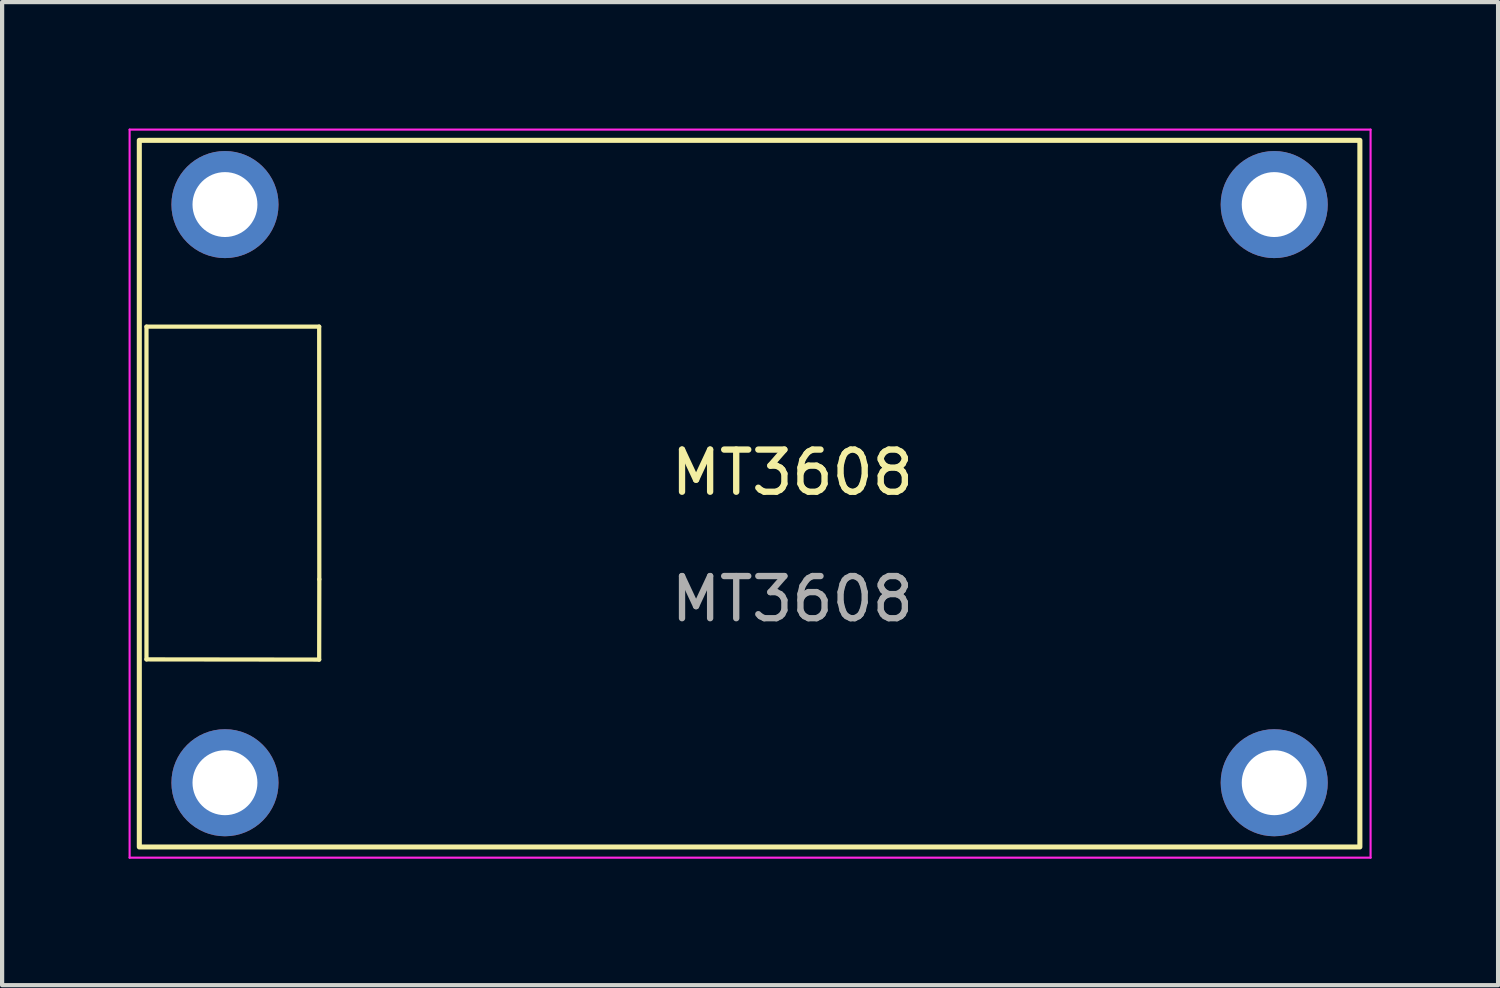
<source format=kicad_pcb>
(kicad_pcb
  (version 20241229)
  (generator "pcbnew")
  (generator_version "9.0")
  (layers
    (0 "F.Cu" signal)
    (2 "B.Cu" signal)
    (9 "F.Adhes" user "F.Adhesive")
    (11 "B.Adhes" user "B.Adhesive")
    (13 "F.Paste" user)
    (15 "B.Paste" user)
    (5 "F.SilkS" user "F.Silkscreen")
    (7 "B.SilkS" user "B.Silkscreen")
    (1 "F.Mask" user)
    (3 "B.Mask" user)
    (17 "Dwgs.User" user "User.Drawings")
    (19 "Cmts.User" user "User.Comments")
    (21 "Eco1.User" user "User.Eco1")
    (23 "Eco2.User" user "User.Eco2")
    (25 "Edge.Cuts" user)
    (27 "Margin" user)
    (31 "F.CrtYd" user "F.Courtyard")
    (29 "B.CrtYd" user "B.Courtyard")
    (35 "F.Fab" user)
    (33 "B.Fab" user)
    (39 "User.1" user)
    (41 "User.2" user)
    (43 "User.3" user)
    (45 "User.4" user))
  (footprint "MT3608"
    (layer "F.Cu")
    (at 15.749 8.661)
    (property "Reference" "MT3608" (at 0 -0.5 0) (unlocked yes) (layer "F.SilkS") (effects (font (size 1 1) (thickness 0.15))))
    (attr through_hole)
    (fp_line (start -15.324 -3.962) (end -15.324 3.932) (stroke (width 0.1) (type solid)) (layer "F.SilkS"))
    (fp_line (start -15.324 3.932) (end -11.227 3.937) (stroke (width 0.1) (type solid)) (layer "F.SilkS"))
    (fp_line (start -11.227 -3.962) (end -15.324 -3.962) (stroke (width 0.1) (type solid)) (layer "F.SilkS"))
    (fp_line (start -11.224 2.032) (end -11.227 -3.962) (stroke (width 0.1) (type solid)) (layer "F.SilkS"))
    (fp_line (start -11.224 2.032) (end -11.227 3.937) (stroke (width 0.1) (type solid)) (layer "F.SilkS"))
    (fp_rect (start -15.494 -8.382) (end 13.462 8.382) (stroke (width 0.12) (type solid)) (fill no) (layer "F.SilkS"))
    (fp_line (start -15.724 -8.636) (end 13.716 -8.636) (stroke (width 0.05) (type solid)) (layer "F.CrtYd"))
    (fp_line (start -15.724 8.636) (end -15.724 -8.636) (stroke (width 0.05) (type solid)) (layer "F.CrtYd"))
    (fp_line (start 13.716 -8.636) (end 13.716 8.636) (stroke (width 0.05) (type solid)) (layer "F.CrtYd"))
    (fp_line (start 13.716 8.636) (end -15.724 8.636) (stroke (width 0.05) (type solid)) (layer "F.CrtYd"))
    (fp_text user "${REFERENCE}" (at 0 2.5 0) (unlocked yes) (layer "F.Fab") (effects (font (size 1 1) (thickness 0.15))))
    (pad "1" thru_hole circle (at -13.462 -6.858) (size 2.54 2.54) (drill 1.54) (layers "*.Cu" "*.Mask"))
    (pad "2" thru_hole circle (at -13.462 6.858) (size 2.54 2.54) (drill 1.54) (layers "*.Cu" "*.Mask"))
    (pad "3" thru_hole circle (at 11.43 -6.858) (size 2.54 2.54) (drill 1.54) (layers "*.Cu" "*.Mask"))
    (pad "4" thru_hole circle (at 11.43 6.858) (size 2.54 2.54) (drill 1.54) (layers "*.Cu" "*.Mask")))
  (gr_rect
    (start -3 -3)
    (end 32.49 20.322)
    (stroke (width 0.1) (type default))
    (fill no)
    (layer "Edge.Cuts")))
</source>
